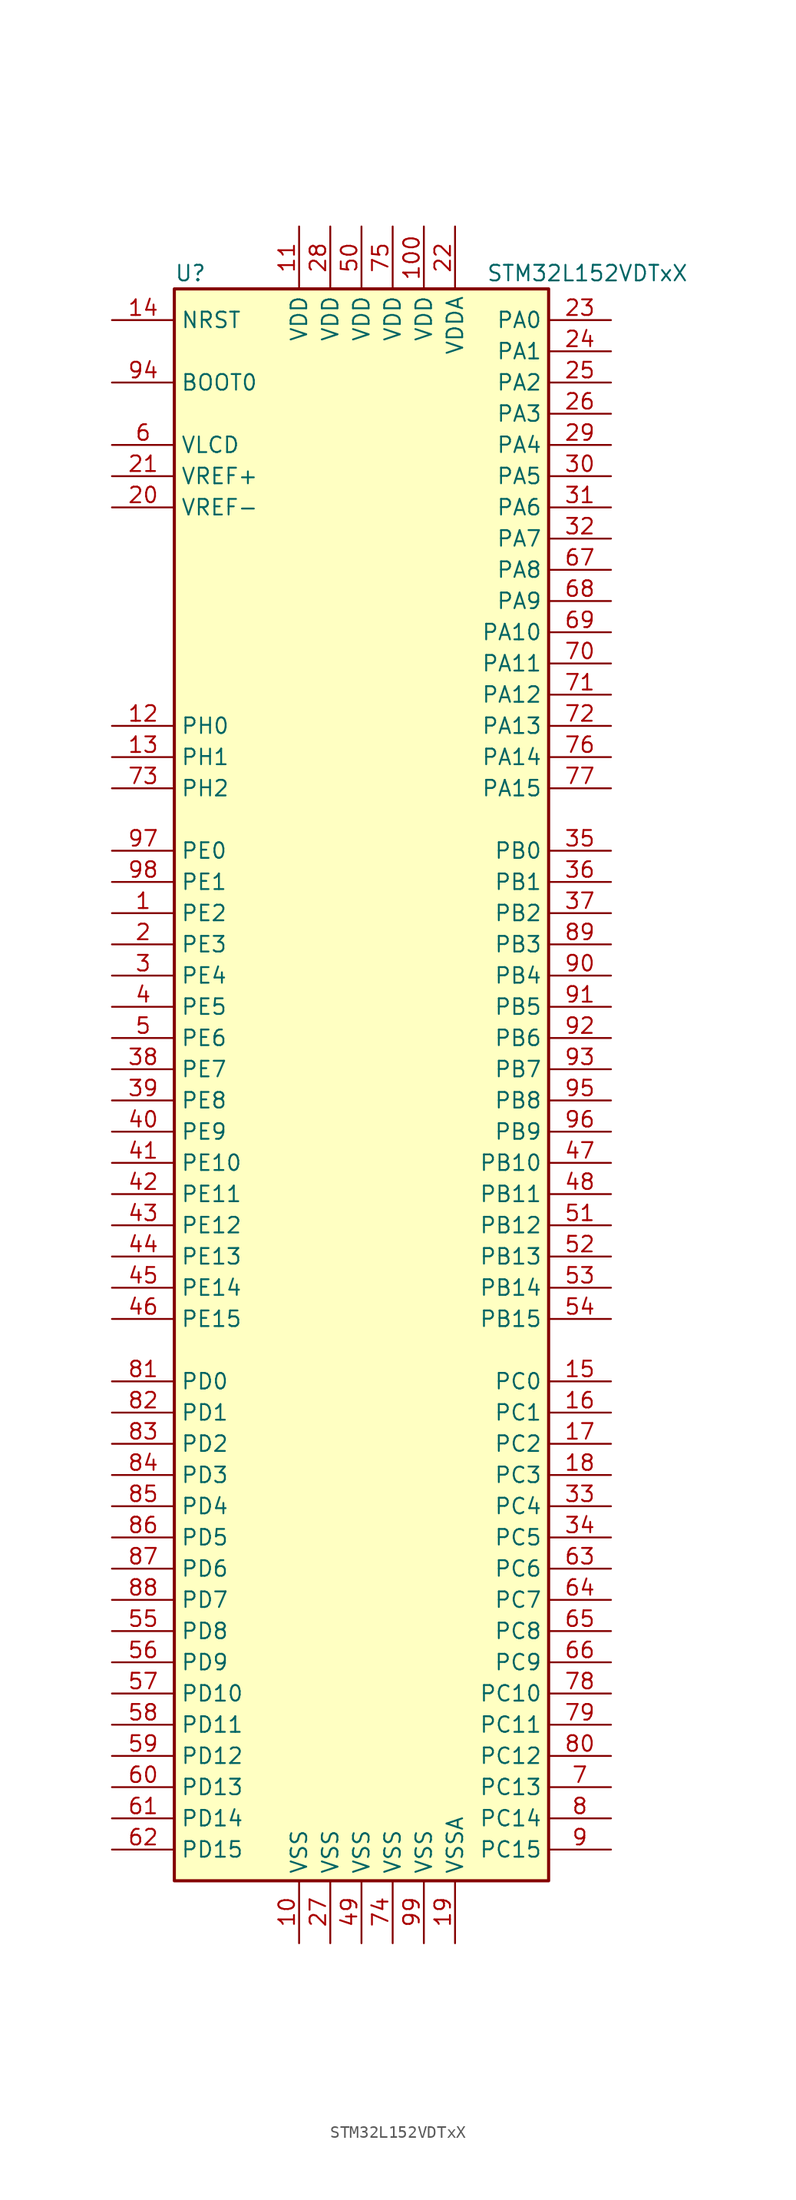
<source format=kicad_sym>
(kicad_symbol_lib
  (version 20201005)
  (generator kicad_symbol_editor)
  (symbol "MCU_ST_STM32L1:STM32L152VDTxX"
    (property "Reference" "U"
      (at -15.24 64.77 0)
      (effects (font (size 1.27 1.27)) (justify left)))
    (property "Value" "STM32L152VDTxX"
      (at 10.16 64.77 0)
      (effects (font (size 1.27 1.27)) (justify left)))
    (symbol "STM32L152VDTxX_0_1"
      (rectangle (start -15.24 -66.04) (end 15.24 63.5) (stroke (width 0.254)) (fill (type background))))
    (symbol "STM32L152VDTxX_1_1"
      (pin input line (at -20.32 55.88 0) (length 5.08) (name "BOOT0" (effects (font (size 1.27 1.27)))) (number "94" (effects (font (size 1.27 1.27)))))
      (pin input line (at -20.32 60.96 0) (length 5.08) (name "NRST" (effects (font (size 1.27 1.27)))) (number "14" (effects (font (size 1.27 1.27)))))
      (pin bidirectional line (at 20.32 60.96 180) (length 5.08) (name "PA0" (effects (font (size 1.27 1.27)))) (number "23" (effects (font (size 1.27 1.27)))))
      (pin bidirectional line (at 20.32 58.42 180) (length 5.08) (name "PA1" (effects (font (size 1.27 1.27)))) (number "24" (effects (font (size 1.27 1.27)))))
      (pin bidirectional line (at 20.32 35.56 180) (length 5.08) (name "PA10" (effects (font (size 1.27 1.27)))) (number "69" (effects (font (size 1.27 1.27)))))
      (pin bidirectional line (at 20.32 33.02 180) (length 5.08) (name "PA11" (effects (font (size 1.27 1.27)))) (number "70" (effects (font (size 1.27 1.27)))))
      (pin bidirectional line (at 20.32 30.48 180) (length 5.08) (name "PA12" (effects (font (size 1.27 1.27)))) (number "71" (effects (font (size 1.27 1.27)))))
      (pin bidirectional line (at 20.32 27.94 180) (length 5.08) (name "PA13" (effects (font (size 1.27 1.27)))) (number "72" (effects (font (size 1.27 1.27)))))
      (pin bidirectional line (at 20.32 25.4 180) (length 5.08) (name "PA14" (effects (font (size 1.27 1.27)))) (number "76" (effects (font (size 1.27 1.27)))))
      (pin bidirectional line (at 20.32 22.86 180) (length 5.08) (name "PA15" (effects (font (size 1.27 1.27)))) (number "77" (effects (font (size 1.27 1.27)))))
      (pin bidirectional line (at 20.32 55.88 180) (length 5.08) (name "PA2" (effects (font (size 1.27 1.27)))) (number "25" (effects (font (size 1.27 1.27)))))
      (pin bidirectional line (at 20.32 53.34 180) (length 5.08) (name "PA3" (effects (font (size 1.27 1.27)))) (number "26" (effects (font (size 1.27 1.27)))))
      (pin bidirectional line (at 20.32 50.8 180) (length 5.08) (name "PA4" (effects (font (size 1.27 1.27)))) (number "29" (effects (font (size 1.27 1.27)))))
      (pin bidirectional line (at 20.32 48.26 180) (length 5.08) (name "PA5" (effects (font (size 1.27 1.27)))) (number "30" (effects (font (size 1.27 1.27)))))
      (pin bidirectional line (at 20.32 45.72 180) (length 5.08) (name "PA6" (effects (font (size 1.27 1.27)))) (number "31" (effects (font (size 1.27 1.27)))))
      (pin bidirectional line (at 20.32 43.18 180) (length 5.08) (name "PA7" (effects (font (size 1.27 1.27)))) (number "32" (effects (font (size 1.27 1.27)))))
      (pin bidirectional line (at 20.32 40.64 180) (length 5.08) (name "PA8" (effects (font (size 1.27 1.27)))) (number "67" (effects (font (size 1.27 1.27)))))
      (pin bidirectional line (at 20.32 38.1 180) (length 5.08) (name "PA9" (effects (font (size 1.27 1.27)))) (number "68" (effects (font (size 1.27 1.27)))))
      (pin bidirectional line (at 20.32 17.78 180) (length 5.08) (name "PB0" (effects (font (size 1.27 1.27)))) (number "35" (effects (font (size 1.27 1.27)))))
      (pin bidirectional line (at 20.32 15.24 180) (length 5.08) (name "PB1" (effects (font (size 1.27 1.27)))) (number "36" (effects (font (size 1.27 1.27)))))
      (pin bidirectional line (at 20.32 -7.62 180) (length 5.08) (name "PB10" (effects (font (size 1.27 1.27)))) (number "47" (effects (font (size 1.27 1.27)))))
      (pin bidirectional line (at 20.32 -10.16 180) (length 5.08) (name "PB11" (effects (font (size 1.27 1.27)))) (number "48" (effects (font (size 1.27 1.27)))))
      (pin bidirectional line (at 20.32 -12.7 180) (length 5.08) (name "PB12" (effects (font (size 1.27 1.27)))) (number "51" (effects (font (size 1.27 1.27)))))
      (pin bidirectional line (at 20.32 -15.24 180) (length 5.08) (name "PB13" (effects (font (size 1.27 1.27)))) (number "52" (effects (font (size 1.27 1.27)))))
      (pin bidirectional line (at 20.32 -17.78 180) (length 5.08) (name "PB14" (effects (font (size 1.27 1.27)))) (number "53" (effects (font (size 1.27 1.27)))))
      (pin bidirectional line (at 20.32 -20.32 180) (length 5.08) (name "PB15" (effects (font (size 1.27 1.27)))) (number "54" (effects (font (size 1.27 1.27)))))
      (pin bidirectional line (at 20.32 12.7 180) (length 5.08) (name "PB2" (effects (font (size 1.27 1.27)))) (number "37" (effects (font (size 1.27 1.27)))))
      (pin bidirectional line (at 20.32 10.16 180) (length 5.08) (name "PB3" (effects (font (size 1.27 1.27)))) (number "89" (effects (font (size 1.27 1.27)))))
      (pin bidirectional line (at 20.32 7.62 180) (length 5.08) (name "PB4" (effects (font (size 1.27 1.27)))) (number "90" (effects (font (size 1.27 1.27)))))
      (pin bidirectional line (at 20.32 5.08 180) (length 5.08) (name "PB5" (effects (font (size 1.27 1.27)))) (number "91" (effects (font (size 1.27 1.27)))))
      (pin bidirectional line (at 20.32 2.54 180) (length 5.08) (name "PB6" (effects (font (size 1.27 1.27)))) (number "92" (effects (font (size 1.27 1.27)))))
      (pin bidirectional line (at 20.32 0 180) (length 5.08) (name "PB7" (effects (font (size 1.27 1.27)))) (number "93" (effects (font (size 1.27 1.27)))))
      (pin bidirectional line (at 20.32 -2.54 180) (length 5.08) (name "PB8" (effects (font (size 1.27 1.27)))) (number "95" (effects (font (size 1.27 1.27)))))
      (pin bidirectional line (at 20.32 -5.08 180) (length 5.08) (name "PB9" (effects (font (size 1.27 1.27)))) (number "96" (effects (font (size 1.27 1.27)))))
      (pin bidirectional line (at 20.32 -25.4 180) (length 5.08) (name "PC0" (effects (font (size 1.27 1.27)))) (number "15" (effects (font (size 1.27 1.27)))))
      (pin bidirectional line (at 20.32 -27.94 180) (length 5.08) (name "PC1" (effects (font (size 1.27 1.27)))) (number "16" (effects (font (size 1.27 1.27)))))
      (pin bidirectional line (at 20.32 -50.8 180) (length 5.08) (name "PC10" (effects (font (size 1.27 1.27)))) (number "78" (effects (font (size 1.27 1.27)))))
      (pin bidirectional line (at 20.32 -53.34 180) (length 5.08) (name "PC11" (effects (font (size 1.27 1.27)))) (number "79" (effects (font (size 1.27 1.27)))))
      (pin bidirectional line (at 20.32 -55.88 180) (length 5.08) (name "PC12" (effects (font (size 1.27 1.27)))) (number "80" (effects (font (size 1.27 1.27)))))
      (pin bidirectional line (at 20.32 -58.42 180) (length 5.08) (name "PC13" (effects (font (size 1.27 1.27)))) (number "7" (effects (font (size 1.27 1.27)))))
      (pin bidirectional line (at 20.32 -60.96 180) (length 5.08) (name "PC14" (effects (font (size 1.27 1.27)))) (number "8" (effects (font (size 1.27 1.27)))))
      (pin bidirectional line (at 20.32 -63.5 180) (length 5.08) (name "PC15" (effects (font (size 1.27 1.27)))) (number "9" (effects (font (size 1.27 1.27)))))
      (pin bidirectional line (at 20.32 -30.48 180) (length 5.08) (name "PC2" (effects (font (size 1.27 1.27)))) (number "17" (effects (font (size 1.27 1.27)))))
      (pin bidirectional line (at 20.32 -33.02 180) (length 5.08) (name "PC3" (effects (font (size 1.27 1.27)))) (number "18" (effects (font (size 1.27 1.27)))))
      (pin bidirectional line (at 20.32 -35.56 180) (length 5.08) (name "PC4" (effects (font (size 1.27 1.27)))) (number "33" (effects (font (size 1.27 1.27)))))
      (pin bidirectional line (at 20.32 -38.1 180) (length 5.08) (name "PC5" (effects (font (size 1.27 1.27)))) (number "34" (effects (font (size 1.27 1.27)))))
      (pin bidirectional line (at 20.32 -40.64 180) (length 5.08) (name "PC6" (effects (font (size 1.27 1.27)))) (number "63" (effects (font (size 1.27 1.27)))))
      (pin bidirectional line (at 20.32 -43.18 180) (length 5.08) (name "PC7" (effects (font (size 1.27 1.27)))) (number "64" (effects (font (size 1.27 1.27)))))
      (pin bidirectional line (at 20.32 -45.72 180) (length 5.08) (name "PC8" (effects (font (size 1.27 1.27)))) (number "65" (effects (font (size 1.27 1.27)))))
      (pin bidirectional line (at 20.32 -48.26 180) (length 5.08) (name "PC9" (effects (font (size 1.27 1.27)))) (number "66" (effects (font (size 1.27 1.27)))))
      (pin bidirectional line (at -20.32 -25.4 0) (length 5.08) (name "PD0" (effects (font (size 1.27 1.27)))) (number "81" (effects (font (size 1.27 1.27)))))
      (pin bidirectional line (at -20.32 -27.94 0) (length 5.08) (name "PD1" (effects (font (size 1.27 1.27)))) (number "82" (effects (font (size 1.27 1.27)))))
      (pin bidirectional line (at -20.32 -50.8 0) (length 5.08) (name "PD10" (effects (font (size 1.27 1.27)))) (number "57" (effects (font (size 1.27 1.27)))))
      (pin bidirectional line (at -20.32 -53.34 0) (length 5.08) (name "PD11" (effects (font (size 1.27 1.27)))) (number "58" (effects (font (size 1.27 1.27)))))
      (pin bidirectional line (at -20.32 -55.88 0) (length 5.08) (name "PD12" (effects (font (size 1.27 1.27)))) (number "59" (effects (font (size 1.27 1.27)))))
      (pin bidirectional line (at -20.32 -58.42 0) (length 5.08) (name "PD13" (effects (font (size 1.27 1.27)))) (number "60" (effects (font (size 1.27 1.27)))))
      (pin bidirectional line (at -20.32 -60.96 0) (length 5.08) (name "PD14" (effects (font (size 1.27 1.27)))) (number "61" (effects (font (size 1.27 1.27)))))
      (pin bidirectional line (at -20.32 -63.5 0) (length 5.08) (name "PD15" (effects (font (size 1.27 1.27)))) (number "62" (effects (font (size 1.27 1.27)))))
      (pin bidirectional line (at -20.32 -30.48 0) (length 5.08) (name "PD2" (effects (font (size 1.27 1.27)))) (number "83" (effects (font (size 1.27 1.27)))))
      (pin bidirectional line (at -20.32 -33.02 0) (length 5.08) (name "PD3" (effects (font (size 1.27 1.27)))) (number "84" (effects (font (size 1.27 1.27)))))
      (pin bidirectional line (at -20.32 -35.56 0) (length 5.08) (name "PD4" (effects (font (size 1.27 1.27)))) (number "85" (effects (font (size 1.27 1.27)))))
      (pin bidirectional line (at -20.32 -38.1 0) (length 5.08) (name "PD5" (effects (font (size 1.27 1.27)))) (number "86" (effects (font (size 1.27 1.27)))))
      (pin bidirectional line (at -20.32 -40.64 0) (length 5.08) (name "PD6" (effects (font (size 1.27 1.27)))) (number "87" (effects (font (size 1.27 1.27)))))
      (pin bidirectional line (at -20.32 -43.18 0) (length 5.08) (name "PD7" (effects (font (size 1.27 1.27)))) (number "88" (effects (font (size 1.27 1.27)))))
      (pin bidirectional line (at -20.32 -45.72 0) (length 5.08) (name "PD8" (effects (font (size 1.27 1.27)))) (number "55" (effects (font (size 1.27 1.27)))))
      (pin bidirectional line (at -20.32 -48.26 0) (length 5.08) (name "PD9" (effects (font (size 1.27 1.27)))) (number "56" (effects (font (size 1.27 1.27)))))
      (pin bidirectional line (at -20.32 17.78 0) (length 5.08) (name "PE0" (effects (font (size 1.27 1.27)))) (number "97" (effects (font (size 1.27 1.27)))))
      (pin bidirectional line (at -20.32 15.24 0) (length 5.08) (name "PE1" (effects (font (size 1.27 1.27)))) (number "98" (effects (font (size 1.27 1.27)))))
      (pin bidirectional line (at -20.32 -7.62 0) (length 5.08) (name "PE10" (effects (font (size 1.27 1.27)))) (number "41" (effects (font (size 1.27 1.27)))))
      (pin bidirectional line (at -20.32 -10.16 0) (length 5.08) (name "PE11" (effects (font (size 1.27 1.27)))) (number "42" (effects (font (size 1.27 1.27)))))
      (pin bidirectional line (at -20.32 -12.7 0) (length 5.08) (name "PE12" (effects (font (size 1.27 1.27)))) (number "43" (effects (font (size 1.27 1.27)))))
      (pin bidirectional line (at -20.32 -15.24 0) (length 5.08) (name "PE13" (effects (font (size 1.27 1.27)))) (number "44" (effects (font (size 1.27 1.27)))))
      (pin bidirectional line (at -20.32 -17.78 0) (length 5.08) (name "PE14" (effects (font (size 1.27 1.27)))) (number "45" (effects (font (size 1.27 1.27)))))
      (pin bidirectional line (at -20.32 -20.32 0) (length 5.08) (name "PE15" (effects (font (size 1.27 1.27)))) (number "46" (effects (font (size 1.27 1.27)))))
      (pin bidirectional line (at -20.32 12.7 0) (length 5.08) (name "PE2" (effects (font (size 1.27 1.27)))) (number "1" (effects (font (size 1.27 1.27)))))
      (pin bidirectional line (at -20.32 10.16 0) (length 5.08) (name "PE3" (effects (font (size 1.27 1.27)))) (number "2" (effects (font (size 1.27 1.27)))))
      (pin bidirectional line (at -20.32 7.62 0) (length 5.08) (name "PE4" (effects (font (size 1.27 1.27)))) (number "3" (effects (font (size 1.27 1.27)))))
      (pin bidirectional line (at -20.32 5.08 0) (length 5.08) (name "PE5" (effects (font (size 1.27 1.27)))) (number "4" (effects (font (size 1.27 1.27)))))
      (pin bidirectional line (at -20.32 2.54 0) (length 5.08) (name "PE6" (effects (font (size 1.27 1.27)))) (number "5" (effects (font (size 1.27 1.27)))))
      (pin bidirectional line (at -20.32 0 0) (length 5.08) (name "PE7" (effects (font (size 1.27 1.27)))) (number "38" (effects (font (size 1.27 1.27)))))
      (pin bidirectional line (at -20.32 -2.54 0) (length 5.08) (name "PE8" (effects (font (size 1.27 1.27)))) (number "39" (effects (font (size 1.27 1.27)))))
      (pin bidirectional line (at -20.32 -5.08 0) (length 5.08) (name "PE9" (effects (font (size 1.27 1.27)))) (number "40" (effects (font (size 1.27 1.27)))))
      (pin input line (at -20.32 27.94 0) (length 5.08) (name "PH0" (effects (font (size 1.27 1.27)))) (number "12" (effects (font (size 1.27 1.27)))))
      (pin input line (at -20.32 25.4 0) (length 5.08) (name "PH1" (effects (font (size 1.27 1.27)))) (number "13" (effects (font (size 1.27 1.27)))))
      (pin bidirectional line (at -20.32 22.86 0) (length 5.08) (name "PH2" (effects (font (size 1.27 1.27)))) (number "73" (effects (font (size 1.27 1.27)))))
      (pin power_in line (at 5.08 68.58 270) (length 5.08) (name "VDD" (effects (font (size 1.27 1.27)))) (number "100" (effects (font (size 1.27 1.27)))))
      (pin power_in line (at -5.08 68.58 270) (length 5.08) (name "VDD" (effects (font (size 1.27 1.27)))) (number "11" (effects (font (size 1.27 1.27)))))
      (pin power_in line (at -2.54 68.58 270) (length 5.08) (name "VDD" (effects (font (size 1.27 1.27)))) (number "28" (effects (font (size 1.27 1.27)))))
      (pin power_in line (at 0 68.58 270) (length 5.08) (name "VDD" (effects (font (size 1.27 1.27)))) (number "50" (effects (font (size 1.27 1.27)))))
      (pin power_in line (at 2.54 68.58 270) (length 5.08) (name "VDD" (effects (font (size 1.27 1.27)))) (number "75" (effects (font (size 1.27 1.27)))))
      (pin power_in line (at 7.62 68.58 270) (length 5.08) (name "VDDA" (effects (font (size 1.27 1.27)))) (number "22" (effects (font (size 1.27 1.27)))))
      (pin power_in line (at -20.32 50.8 0) (length 5.08) (name "VLCD" (effects (font (size 1.27 1.27)))) (number "6" (effects (font (size 1.27 1.27)))))
      (pin power_in line (at -20.32 48.26 0) (length 5.08) (name "VREF+" (effects (font (size 1.27 1.27)))) (number "21" (effects (font (size 1.27 1.27)))))
      (pin power_in line (at -20.32 45.72 0) (length 5.08) (name "VREF-" (effects (font (size 1.27 1.27)))) (number "20" (effects (font (size 1.27 1.27)))))
      (pin power_in line (at -5.08 -71.12 90) (length 5.08) (name "VSS" (effects (font (size 1.27 1.27)))) (number "10" (effects (font (size 1.27 1.27)))))
      (pin power_in line (at -2.54 -71.12 90) (length 5.08) (name "VSS" (effects (font (size 1.27 1.27)))) (number "27" (effects (font (size 1.27 1.27)))))
      (pin power_in line (at 0 -71.12 90) (length 5.08) (name "VSS" (effects (font (size 1.27 1.27)))) (number "49" (effects (font (size 1.27 1.27)))))
      (pin power_in line (at 2.54 -71.12 90) (length 5.08) (name "VSS" (effects (font (size 1.27 1.27)))) (number "74" (effects (font (size 1.27 1.27)))))
      (pin power_in line (at 5.08 -71.12 90) (length 5.08) (name "VSS" (effects (font (size 1.27 1.27)))) (number "99" (effects (font (size 1.27 1.27)))))
      (pin power_in line (at 7.62 -71.12 90) (length 5.08) (name "VSSA" (effects (font (size 1.27 1.27)))) (number "19" (effects (font (size 1.27 1.27))))))))
</source>
